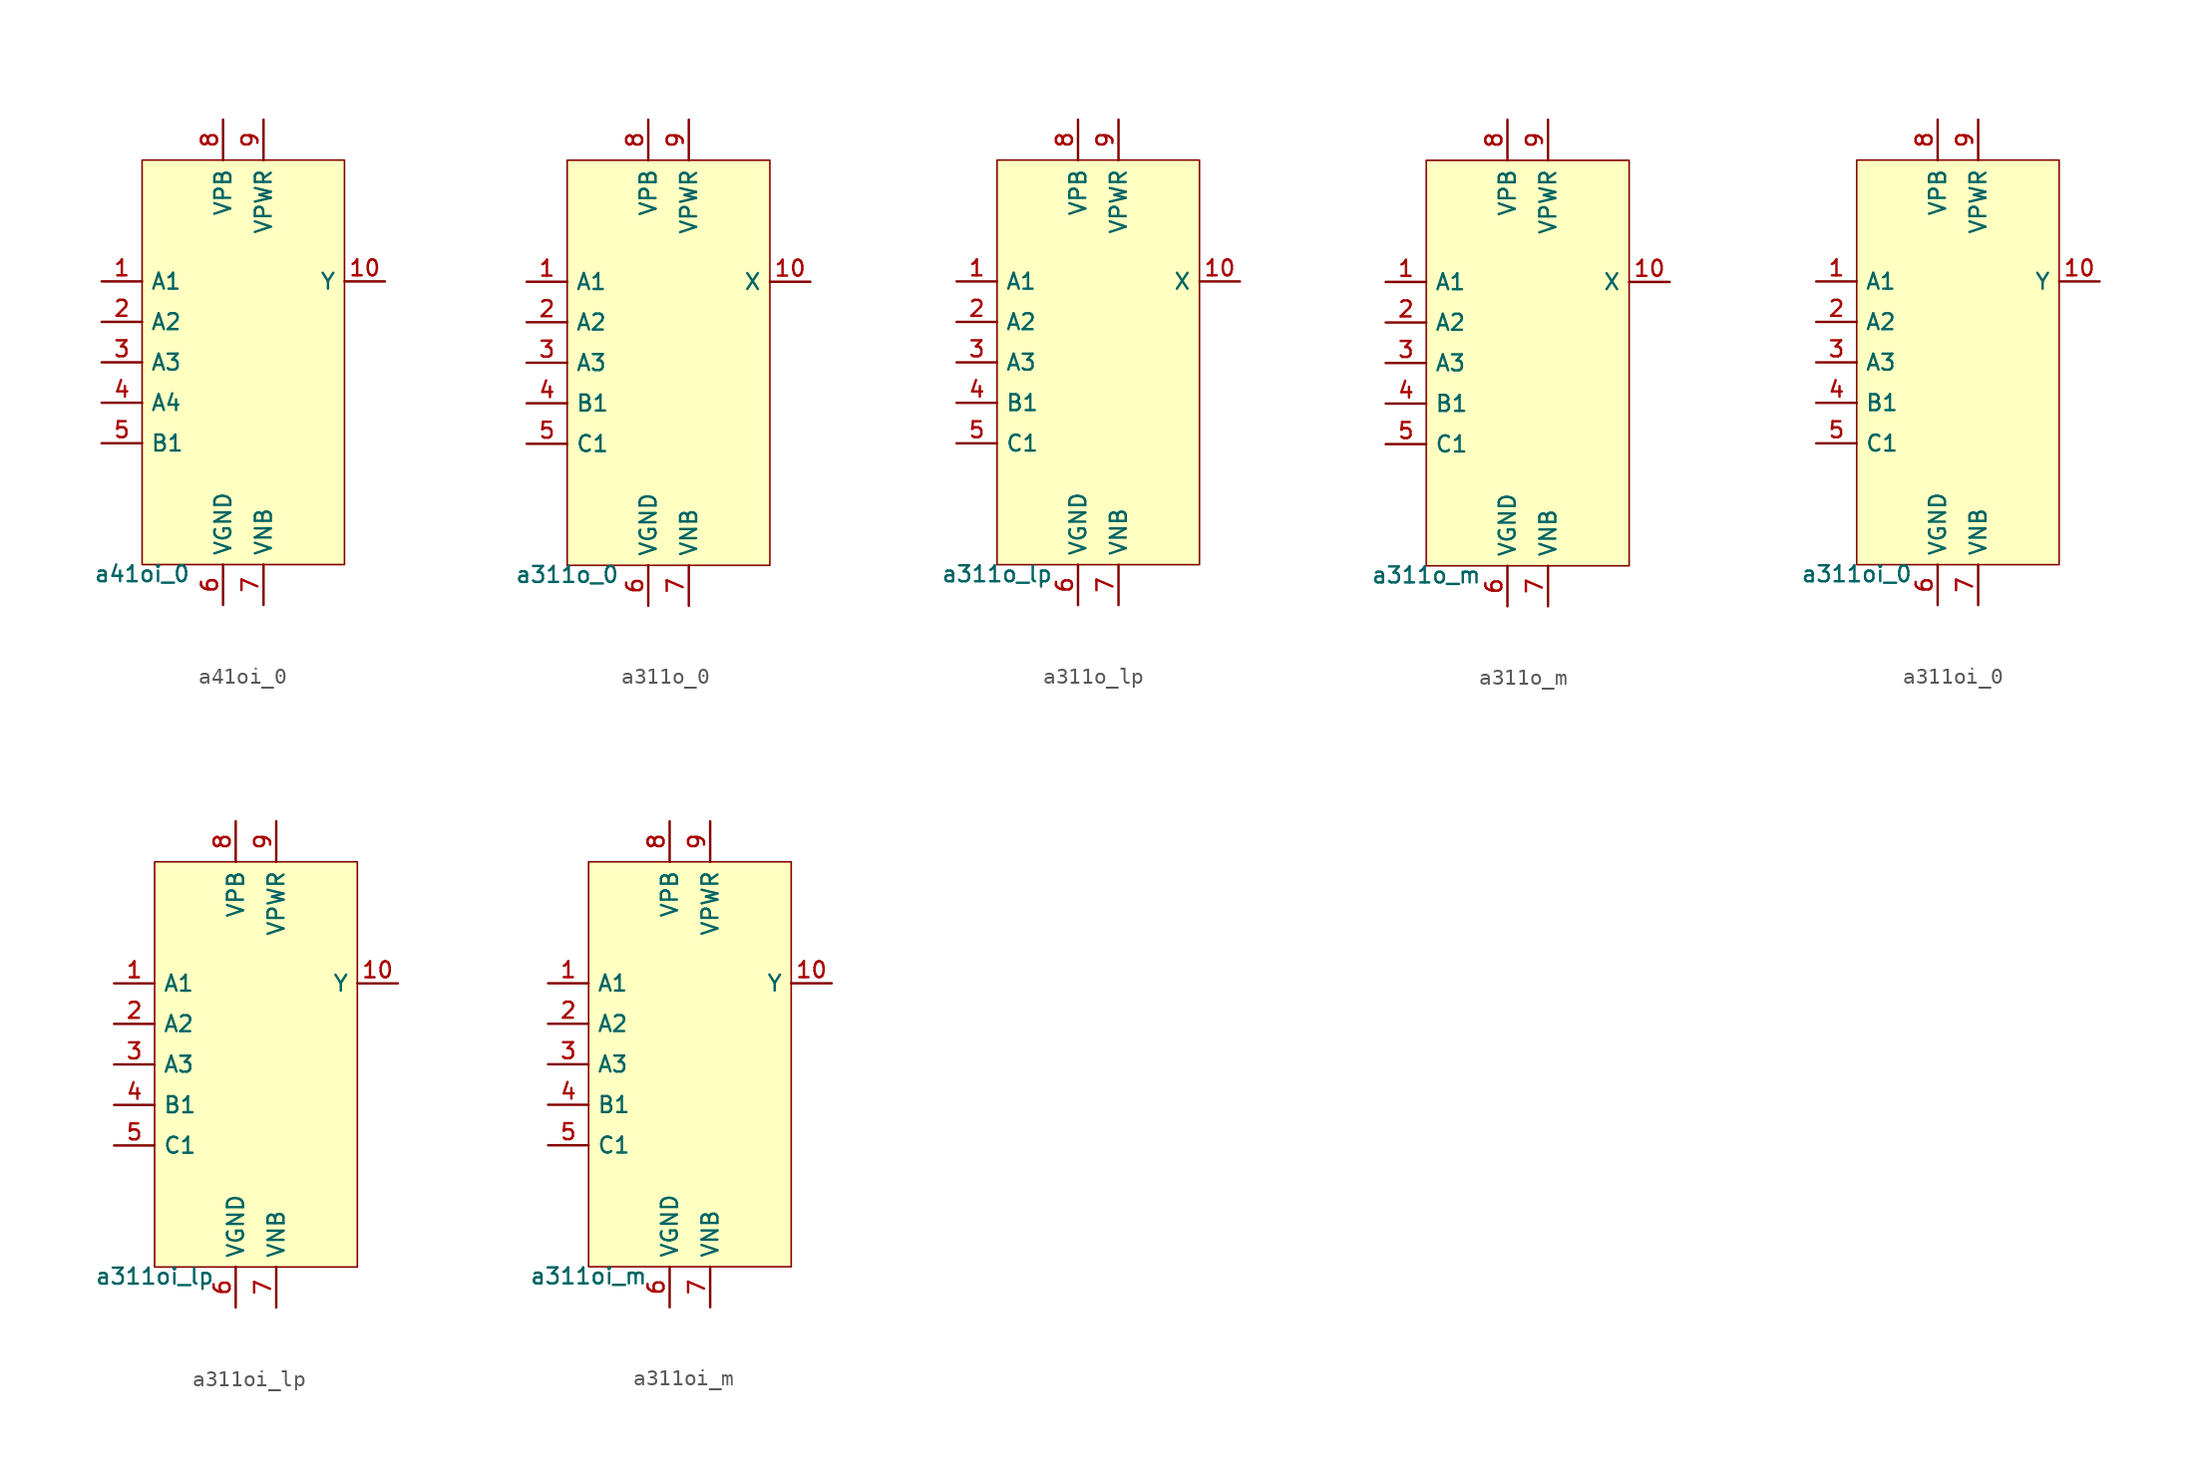
<source format=kicad_sym>
(kicad_symbol_lib
  (version 20211014)
  (generator pdk2kicad)
  (symbol "a41oi_0"
    (property "Reference" "X"
      (at 0 0 0)
      (effects (font (size 1 1)) hide))
    (property "Value" "a41oi_0"
      (at -6.35 -12.7 0)
      (effects (font (size 1 1)) (justify top)))
    (rectangle
      (start -6.35 -12.7)
      (end 6.35 12.7)
      (stroke (width 0.1) (type solid) (color 0 0 0 0))
      (fill (type background)))
    (pin input line
      (at -8.89 5.08 0)
      (length 2.54)
      (name "A1" (effects (font (size 1 1)) hide))
      (number "1" (effects (font (size 1 1)) hide)))
    (pin input line
      (at -8.89 2.54 0)
      (length 2.54)
      (name "A2" (effects (font (size 1 1)) hide))
      (number "2" (effects (font (size 1 1)) hide)))
    (pin input line
      (at -8.89 -8.881784197001252e-16 0)
      (length 2.54)
      (name "A3" (effects (font (size 1 1)) hide))
      (number "3" (effects (font (size 1 1)) hide)))
    (pin input line
      (at -8.89 -2.54 0)
      (length 2.54)
      (name "A4" (effects (font (size 1 1)) hide))
      (number "4" (effects (font (size 1 1)) hide)))
    (pin input line
      (at -8.89 -5.08 0)
      (length 2.54)
      (name "B1" (effects (font (size 1 1)) hide))
      (number "5" (effects (font (size 1 1)) hide)))
    (pin power_in line
      (at -1.27 -15.24 90)
      (length 2.54)
      (name "VGND" (effects (font (size 1 1)) hide))
      (number "6" (effects (font (size 1 1)) hide)))
    (pin power_in line
      (at 1.27 -15.24 90)
      (length 2.54)
      (name "VNB" (effects (font (size 1 1)) hide))
      (number "7" (effects (font (size 1 1)) hide)))
    (pin power_in line
      (at -1.27 15.24 270)
      (length 2.54)
      (name "VPB" (effects (font (size 1 1)) hide))
      (number "8" (effects (font (size 1 1)) hide)))
    (pin power_in line
      (at 1.27 15.24 270)
      (length 2.54)
      (name "VPWR" (effects (font (size 1 1)) hide))
      (number "9" (effects (font (size 1 1)) hide)))
    (pin output line
      (at 8.89 5.08 180)
      (length 2.54)
      (name "Y" (effects (font (size 1 1)) hide))
      (number "10" (effects (font (size 1 1)) hide))))
  (symbol "a311o_0"
    (property "Reference" "X"
      (at 0 0 0)
      (effects (font (size 1 1)) hide))
    (property "Value" "a311o_0"
      (at -6.35 -12.7 0)
      (effects (font (size 1 1)) (justify top)))
    (rectangle
      (start -6.35 -12.7)
      (end 6.35 12.7)
      (stroke (width 0.1) (type solid) (color 0 0 0 0))
      (fill (type background)))
    (pin input line
      (at -8.89 5.08 0)
      (length 2.54)
      (name "A1" (effects (font (size 1 1)) hide))
      (number "1" (effects (font (size 1 1)) hide)))
    (pin input line
      (at -8.89 2.54 0)
      (length 2.54)
      (name "A2" (effects (font (size 1 1)) hide))
      (number "2" (effects (font (size 1 1)) hide)))
    (pin input line
      (at -8.89 -8.881784197001252e-16 0)
      (length 2.54)
      (name "A3" (effects (font (size 1 1)) hide))
      (number "3" (effects (font (size 1 1)) hide)))
    (pin input line
      (at -8.89 -2.54 0)
      (length 2.54)
      (name "B1" (effects (font (size 1 1)) hide))
      (number "4" (effects (font (size 1 1)) hide)))
    (pin input line
      (at -8.89 -5.08 0)
      (length 2.54)
      (name "C1" (effects (font (size 1 1)) hide))
      (number "5" (effects (font (size 1 1)) hide)))
    (pin power_in line
      (at -1.27 -15.24 90)
      (length 2.54)
      (name "VGND" (effects (font (size 1 1)) hide))
      (number "6" (effects (font (size 1 1)) hide)))
    (pin power_in line
      (at 1.27 -15.24 90)
      (length 2.54)
      (name "VNB" (effects (font (size 1 1)) hide))
      (number "7" (effects (font (size 1 1)) hide)))
    (pin power_in line
      (at -1.27 15.24 270)
      (length 2.54)
      (name "VPB" (effects (font (size 1 1)) hide))
      (number "8" (effects (font (size 1 1)) hide)))
    (pin power_in line
      (at 1.27 15.24 270)
      (length 2.54)
      (name "VPWR" (effects (font (size 1 1)) hide))
      (number "9" (effects (font (size 1 1)) hide)))
    (pin output line
      (at 8.89 5.08 180)
      (length 2.54)
      (name "X" (effects (font (size 1 1)) hide))
      (number "10" (effects (font (size 1 1)) hide))))
  (symbol "a311o_lp"
    (property "Reference" "X"
      (at 0 0 0)
      (effects (font (size 1 1)) hide))
    (property "Value" "a311o_lp"
      (at -6.35 -12.7 0)
      (effects (font (size 1 1)) (justify top)))
    (rectangle
      (start -6.35 -12.7)
      (end 6.35 12.7)
      (stroke (width 0.1) (type solid) (color 0 0 0 0))
      (fill (type background)))
    (pin input line
      (at -8.89 5.08 0)
      (length 2.54)
      (name "A1" (effects (font (size 1 1)) hide))
      (number "1" (effects (font (size 1 1)) hide)))
    (pin input line
      (at -8.89 2.54 0)
      (length 2.54)
      (name "A2" (effects (font (size 1 1)) hide))
      (number "2" (effects (font (size 1 1)) hide)))
    (pin input line
      (at -8.89 -8.881784197001252e-16 0)
      (length 2.54)
      (name "A3" (effects (font (size 1 1)) hide))
      (number "3" (effects (font (size 1 1)) hide)))
    (pin input line
      (at -8.89 -2.54 0)
      (length 2.54)
      (name "B1" (effects (font (size 1 1)) hide))
      (number "4" (effects (font (size 1 1)) hide)))
    (pin input line
      (at -8.89 -5.08 0)
      (length 2.54)
      (name "C1" (effects (font (size 1 1)) hide))
      (number "5" (effects (font (size 1 1)) hide)))
    (pin power_in line
      (at -1.27 -15.24 90)
      (length 2.54)
      (name "VGND" (effects (font (size 1 1)) hide))
      (number "6" (effects (font (size 1 1)) hide)))
    (pin power_in line
      (at 1.27 -15.24 90)
      (length 2.54)
      (name "VNB" (effects (font (size 1 1)) hide))
      (number "7" (effects (font (size 1 1)) hide)))
    (pin power_in line
      (at -1.27 15.24 270)
      (length 2.54)
      (name "VPB" (effects (font (size 1 1)) hide))
      (number "8" (effects (font (size 1 1)) hide)))
    (pin power_in line
      (at 1.27 15.24 270)
      (length 2.54)
      (name "VPWR" (effects (font (size 1 1)) hide))
      (number "9" (effects (font (size 1 1)) hide)))
    (pin output line
      (at 8.89 5.08 180)
      (length 2.54)
      (name "X" (effects (font (size 1 1)) hide))
      (number "10" (effects (font (size 1 1)) hide))))
  (symbol "a311o_m"
    (property "Reference" "X"
      (at 0 0 0)
      (effects (font (size 1 1)) hide))
    (property "Value" "a311o_m"
      (at -6.35 -12.7 0)
      (effects (font (size 1 1)) (justify top)))
    (rectangle
      (start -6.35 -12.7)
      (end 6.35 12.7)
      (stroke (width 0.1) (type solid) (color 0 0 0 0))
      (fill (type background)))
    (pin input line
      (at -8.89 5.08 0)
      (length 2.54)
      (name "A1" (effects (font (size 1 1)) hide))
      (number "1" (effects (font (size 1 1)) hide)))
    (pin input line
      (at -8.89 2.54 0)
      (length 2.54)
      (name "A2" (effects (font (size 1 1)) hide))
      (number "2" (effects (font (size 1 1)) hide)))
    (pin input line
      (at -8.89 -8.881784197001252e-16 0)
      (length 2.54)
      (name "A3" (effects (font (size 1 1)) hide))
      (number "3" (effects (font (size 1 1)) hide)))
    (pin input line
      (at -8.89 -2.54 0)
      (length 2.54)
      (name "B1" (effects (font (size 1 1)) hide))
      (number "4" (effects (font (size 1 1)) hide)))
    (pin input line
      (at -8.89 -5.08 0)
      (length 2.54)
      (name "C1" (effects (font (size 1 1)) hide))
      (number "5" (effects (font (size 1 1)) hide)))
    (pin power_in line
      (at -1.27 -15.24 90)
      (length 2.54)
      (name "VGND" (effects (font (size 1 1)) hide))
      (number "6" (effects (font (size 1 1)) hide)))
    (pin power_in line
      (at 1.27 -15.24 90)
      (length 2.54)
      (name "VNB" (effects (font (size 1 1)) hide))
      (number "7" (effects (font (size 1 1)) hide)))
    (pin power_in line
      (at -1.27 15.24 270)
      (length 2.54)
      (name "VPB" (effects (font (size 1 1)) hide))
      (number "8" (effects (font (size 1 1)) hide)))
    (pin power_in line
      (at 1.27 15.24 270)
      (length 2.54)
      (name "VPWR" (effects (font (size 1 1)) hide))
      (number "9" (effects (font (size 1 1)) hide)))
    (pin output line
      (at 8.89 5.08 180)
      (length 2.54)
      (name "X" (effects (font (size 1 1)) hide))
      (number "10" (effects (font (size 1 1)) hide))))
  (symbol "a311oi_0"
    (property "Reference" "X"
      (at 0 0 0)
      (effects (font (size 1 1)) hide))
    (property "Value" "a311oi_0"
      (at -6.35 -12.7 0)
      (effects (font (size 1 1)) (justify top)))
    (rectangle
      (start -6.35 -12.7)
      (end 6.35 12.7)
      (stroke (width 0.1) (type solid) (color 0 0 0 0))
      (fill (type background)))
    (pin input line
      (at -8.89 5.08 0)
      (length 2.54)
      (name "A1" (effects (font (size 1 1)) hide))
      (number "1" (effects (font (size 1 1)) hide)))
    (pin input line
      (at -8.89 2.54 0)
      (length 2.54)
      (name "A2" (effects (font (size 1 1)) hide))
      (number "2" (effects (font (size 1 1)) hide)))
    (pin input line
      (at -8.89 -8.881784197001252e-16 0)
      (length 2.54)
      (name "A3" (effects (font (size 1 1)) hide))
      (number "3" (effects (font (size 1 1)) hide)))
    (pin input line
      (at -8.89 -2.54 0)
      (length 2.54)
      (name "B1" (effects (font (size 1 1)) hide))
      (number "4" (effects (font (size 1 1)) hide)))
    (pin input line
      (at -8.89 -5.08 0)
      (length 2.54)
      (name "C1" (effects (font (size 1 1)) hide))
      (number "5" (effects (font (size 1 1)) hide)))
    (pin power_in line
      (at -1.27 -15.24 90)
      (length 2.54)
      (name "VGND" (effects (font (size 1 1)) hide))
      (number "6" (effects (font (size 1 1)) hide)))
    (pin power_in line
      (at 1.27 -15.24 90)
      (length 2.54)
      (name "VNB" (effects (font (size 1 1)) hide))
      (number "7" (effects (font (size 1 1)) hide)))
    (pin power_in line
      (at -1.27 15.24 270)
      (length 2.54)
      (name "VPB" (effects (font (size 1 1)) hide))
      (number "8" (effects (font (size 1 1)) hide)))
    (pin power_in line
      (at 1.27 15.24 270)
      (length 2.54)
      (name "VPWR" (effects (font (size 1 1)) hide))
      (number "9" (effects (font (size 1 1)) hide)))
    (pin output line
      (at 8.89 5.08 180)
      (length 2.54)
      (name "Y" (effects (font (size 1 1)) hide))
      (number "10" (effects (font (size 1 1)) hide))))
  (symbol "a311oi_lp"
    (property "Reference" "X"
      (at 0 0 0)
      (effects (font (size 1 1)) hide))
    (property "Value" "a311oi_lp"
      (at -6.35 -12.7 0)
      (effects (font (size 1 1)) (justify top)))
    (rectangle
      (start -6.35 -12.7)
      (end 6.35 12.7)
      (stroke (width 0.1) (type solid) (color 0 0 0 0))
      (fill (type background)))
    (pin input line
      (at -8.89 5.08 0)
      (length 2.54)
      (name "A1" (effects (font (size 1 1)) hide))
      (number "1" (effects (font (size 1 1)) hide)))
    (pin input line
      (at -8.89 2.54 0)
      (length 2.54)
      (name "A2" (effects (font (size 1 1)) hide))
      (number "2" (effects (font (size 1 1)) hide)))
    (pin input line
      (at -8.89 -8.881784197001252e-16 0)
      (length 2.54)
      (name "A3" (effects (font (size 1 1)) hide))
      (number "3" (effects (font (size 1 1)) hide)))
    (pin input line
      (at -8.89 -2.54 0)
      (length 2.54)
      (name "B1" (effects (font (size 1 1)) hide))
      (number "4" (effects (font (size 1 1)) hide)))
    (pin input line
      (at -8.89 -5.08 0)
      (length 2.54)
      (name "C1" (effects (font (size 1 1)) hide))
      (number "5" (effects (font (size 1 1)) hide)))
    (pin power_in line
      (at -1.27 -15.24 90)
      (length 2.54)
      (name "VGND" (effects (font (size 1 1)) hide))
      (number "6" (effects (font (size 1 1)) hide)))
    (pin power_in line
      (at 1.27 -15.24 90)
      (length 2.54)
      (name "VNB" (effects (font (size 1 1)) hide))
      (number "7" (effects (font (size 1 1)) hide)))
    (pin power_in line
      (at -1.27 15.24 270)
      (length 2.54)
      (name "VPB" (effects (font (size 1 1)) hide))
      (number "8" (effects (font (size 1 1)) hide)))
    (pin power_in line
      (at 1.27 15.24 270)
      (length 2.54)
      (name "VPWR" (effects (font (size 1 1)) hide))
      (number "9" (effects (font (size 1 1)) hide)))
    (pin output line
      (at 8.89 5.08 180)
      (length 2.54)
      (name "Y" (effects (font (size 1 1)) hide))
      (number "10" (effects (font (size 1 1)) hide))))
  (symbol "a311oi_m"
    (property "Reference" "X"
      (at 0 0 0)
      (effects (font (size 1 1)) hide))
    (property "Value" "a311oi_m"
      (at -6.35 -12.7 0)
      (effects (font (size 1 1)) (justify top)))
    (rectangle
      (start -6.35 -12.7)
      (end 6.35 12.7)
      (stroke (width 0.1) (type solid) (color 0 0 0 0))
      (fill (type background)))
    (pin input line
      (at -8.89 5.08 0)
      (length 2.54)
      (name "A1" (effects (font (size 1 1)) hide))
      (number "1" (effects (font (size 1 1)) hide)))
    (pin input line
      (at -8.89 2.54 0)
      (length 2.54)
      (name "A2" (effects (font (size 1 1)) hide))
      (number "2" (effects (font (size 1 1)) hide)))
    (pin input line
      (at -8.89 -8.881784197001252e-16 0)
      (length 2.54)
      (name "A3" (effects (font (size 1 1)) hide))
      (number "3" (effects (font (size 1 1)) hide)))
    (pin input line
      (at -8.89 -2.54 0)
      (length 2.54)
      (name "B1" (effects (font (size 1 1)) hide))
      (number "4" (effects (font (size 1 1)) hide)))
    (pin input line
      (at -8.89 -5.08 0)
      (length 2.54)
      (name "C1" (effects (font (size 1 1)) hide))
      (number "5" (effects (font (size 1 1)) hide)))
    (pin power_in line
      (at -1.27 -15.24 90)
      (length 2.54)
      (name "VGND" (effects (font (size 1 1)) hide))
      (number "6" (effects (font (size 1 1)) hide)))
    (pin power_in line
      (at 1.27 -15.24 90)
      (length 2.54)
      (name "VNB" (effects (font (size 1 1)) hide))
      (number "7" (effects (font (size 1 1)) hide)))
    (pin power_in line
      (at -1.27 15.24 270)
      (length 2.54)
      (name "VPB" (effects (font (size 1 1)) hide))
      (number "8" (effects (font (size 1 1)) hide)))
    (pin power_in line
      (at 1.27 15.24 270)
      (length 2.54)
      (name "VPWR" (effects (font (size 1 1)) hide))
      (number "9" (effects (font (size 1 1)) hide)))
    (pin output line
      (at 8.89 5.08 180)
      (length 2.54)
      (name "Y" (effects (font (size 1 1)) hide))
      (number "10" (effects (font (size 1 1)) hide)))))
</source>
